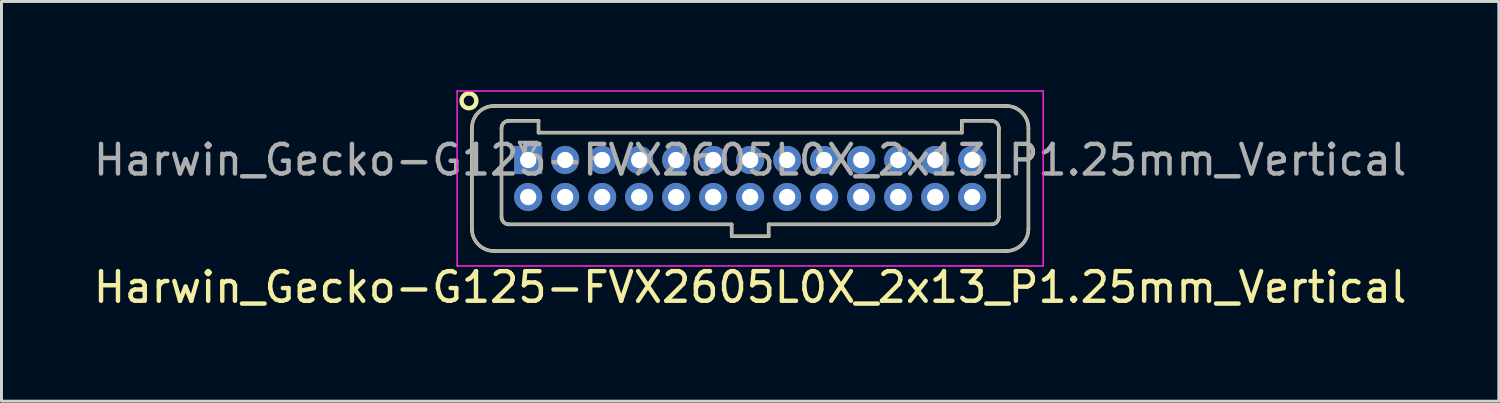
<source format=kicad_pcb>
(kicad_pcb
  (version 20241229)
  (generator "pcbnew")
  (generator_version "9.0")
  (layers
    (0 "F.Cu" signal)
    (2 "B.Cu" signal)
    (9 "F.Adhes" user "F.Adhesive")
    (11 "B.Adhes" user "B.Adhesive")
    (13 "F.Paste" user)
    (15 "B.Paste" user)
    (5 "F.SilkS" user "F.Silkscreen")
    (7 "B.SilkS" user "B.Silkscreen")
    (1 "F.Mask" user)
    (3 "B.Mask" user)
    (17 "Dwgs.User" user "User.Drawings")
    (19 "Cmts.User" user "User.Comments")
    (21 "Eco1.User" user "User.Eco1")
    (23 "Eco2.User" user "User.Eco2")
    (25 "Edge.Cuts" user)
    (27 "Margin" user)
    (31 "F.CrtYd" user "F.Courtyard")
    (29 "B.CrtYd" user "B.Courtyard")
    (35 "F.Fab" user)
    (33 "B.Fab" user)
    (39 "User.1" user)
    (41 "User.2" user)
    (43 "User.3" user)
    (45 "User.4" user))
  (footprint "Harwin_Gecko-G125-FVX2605L0X_2x13_P1.25mm_Vertical"
    (layer "F.Cu")
    (at 14.792 2.355)
    (property "Reference" "Harwin_Gecko-G125-FVX2605L0X_2x13_P1.25mm_Vertical" (at 7.5 4.3 0) (layer "F.SilkS") (effects (font (size 1 1) (thickness 0.15))))
    (attr through_hole)
    (fp_line (start -1.9 -1.075) (end -1.9 2.325) (stroke (width 0.12) (type solid)) (layer "F.SilkS"))
    (fp_line (start -1.15 -1.825) (end 16.15 -1.825) (stroke (width 0.12) (type solid)) (layer "F.SilkS"))
    (fp_line (start -1.15 3.075) (end 16.15 3.075) (stroke (width 0.12) (type solid)) (layer "F.SilkS"))
    (fp_line (start -0.9 -1.075) (end -0.9 1.925) (stroke (width 0.12) (type solid)) (layer "F.SilkS"))
    (fp_line (start -0.65 -1.325) (end 0.35 -1.325) (stroke (width 0.12) (type solid)) (layer "F.SilkS"))
    (fp_line (start -0.65 2.175) (end 6.875 2.175) (stroke (width 0.12) (type solid)) (layer "F.SilkS"))
    (fp_line (start 0.35 -1.325) (end 0.35 -0.925) (stroke (width 0.12) (type solid)) (layer "F.SilkS"))
    (fp_line (start 0.35 -0.925) (end 14.65 -0.925) (stroke (width 0.12) (type solid)) (layer "F.SilkS"))
    (fp_line (start 6.875 2.175) (end 6.875 2.575) (stroke (width 0.12) (type solid)) (layer "F.SilkS"))
    (fp_line (start 6.875 2.575) (end 8.125 2.575) (stroke (width 0.12) (type solid)) (layer "F.SilkS"))
    (fp_line (start 8.125 2.175) (end 15.65 2.175) (stroke (width 0.12) (type solid)) (layer "F.SilkS"))
    (fp_line (start 8.125 2.575) (end 8.125 2.175) (stroke (width 0.12) (type solid)) (layer "F.SilkS"))
    (fp_line (start 14.65 -1.325) (end 15.65 -1.325) (stroke (width 0.12) (type solid)) (layer "F.SilkS"))
    (fp_line (start 14.65 -0.925) (end 14.65 -1.325) (stroke (width 0.12) (type solid)) (layer "F.SilkS"))
    (fp_line (start 15.9 -1.075) (end 15.9 1.925) (stroke (width 0.12) (type solid)) (layer "F.SilkS"))
    (fp_line (start 16.9 -1.075) (end 16.9 2.325) (stroke (width 0.12) (type solid)) (layer "F.SilkS"))
    (fp_arc (start -1.9 -1.075) (mid -1.68033 -1.60533) (end -1.15 -1.825) (stroke (width 0.12) (type solid)) (layer "F.SilkS"))
    (fp_arc (start -1.15 3.075) (mid -1.68033 2.85533) (end -1.9 2.325) (stroke (width 0.12) (type solid)) (layer "F.SilkS"))
    (fp_arc (start -0.9 -1.075) (mid -0.826777 -1.251777) (end -0.65 -1.325) (stroke (width 0.12) (type solid)) (layer "F.SilkS"))
    (fp_arc (start -0.65 2.175) (mid -0.826777 2.101777) (end -0.9 1.925) (stroke (width 0.12) (type solid)) (layer "F.SilkS"))
    (fp_arc (start 15.65 -1.325) (mid 15.826777 -1.251777) (end 15.9 -1.075) (stroke (width 0.12) (type solid)) (layer "F.SilkS"))
    (fp_arc (start 15.9 1.925) (mid 15.826777 2.101777) (end 15.65 2.175) (stroke (width 0.12) (type solid)) (layer "F.SilkS"))
    (fp_arc (start 16.15 -1.825) (mid 16.68033 -1.60533) (end 16.9 -1.075) (stroke (width 0.12) (type solid)) (layer "F.SilkS"))
    (fp_arc (start 16.9 2.325) (mid 16.68033 2.85533) (end 16.15 3.075) (stroke (width 0.12) (type solid)) (layer "F.SilkS"))
    (fp_circle (center -2 -2) (end -1.75 -2) (stroke (width 0.15) (type solid)) (fill no) (layer "F.SilkS"))
    (fp_line (start -2.4 -2.33) (end -2.4 3.58) (stroke (width 0.05) (type solid)) (layer "F.CrtYd"))
    (fp_line (start -2.4 3.58) (end 17.4 3.58) (stroke (width 0.05) (type solid)) (layer "F.CrtYd"))
    (fp_line (start 17.4 -2.33) (end -2.4 -2.33) (stroke (width 0.05) (type solid)) (layer "F.CrtYd"))
    (fp_line (start 17.4 3.58) (end 17.4 -2.33) (stroke (width 0.05) (type solid)) (layer "F.CrtYd"))
    (fp_line (start -1.9 -1.075) (end -1.9 2.325) (stroke (width 0.1) (type solid)) (layer "F.Fab"))
    (fp_line (start -1.15 -1.825) (end 16.15 -1.825) (stroke (width 0.1) (type solid)) (layer "F.Fab"))
    (fp_line (start -1.15 3.075) (end 16.15 3.075) (stroke (width 0.1) (type solid)) (layer "F.Fab"))
    (fp_line (start -0.9 -1.075) (end -0.9 1.925) (stroke (width 0.1) (type solid)) (layer "F.Fab"))
    (fp_line (start -0.65 -1.325) (end 0.35 -1.325) (stroke (width 0.1) (type solid)) (layer "F.Fab"))
    (fp_line (start -0.65 2.175) (end 6.875 2.175) (stroke (width 0.1) (type solid)) (layer "F.Fab"))
    (fp_line (start -0.3 -0.6) (end 0.3 -0.6) (stroke (width 0.1) (type solid)) (layer "F.Fab"))
    (fp_line (start 0 0) (end -0.3 -0.6) (stroke (width 0.1) (type solid)) (layer "F.Fab"))
    (fp_line (start 0.3 -0.6) (end 0 0) (stroke (width 0.1) (type solid)) (layer "F.Fab"))
    (fp_line (start 0.35 -1.325) (end 0.35 -0.925) (stroke (width 0.1) (type solid)) (layer "F.Fab"))
    (fp_line (start 0.35 -0.925) (end 14.65 -0.925) (stroke (width 0.1) (type solid)) (layer "F.Fab"))
    (fp_line (start 6.875 2.175) (end 6.875 2.575) (stroke (width 0.1) (type solid)) (layer "F.Fab"))
    (fp_line (start 6.875 2.575) (end 8.125 2.575) (stroke (width 0.1) (type solid)) (layer "F.Fab"))
    (fp_line (start 8.125 2.175) (end 15.65 2.175) (stroke (width 0.1) (type solid)) (layer "F.Fab"))
    (fp_line (start 8.125 2.575) (end 8.125 2.175) (stroke (width 0.1) (type solid)) (layer "F.Fab"))
    (fp_line (start 14.65 -1.325) (end 15.65 -1.325) (stroke (width 0.1) (type solid)) (layer "F.Fab"))
    (fp_line (start 14.65 -0.925) (end 14.65 -1.325) (stroke (width 0.1) (type solid)) (layer "F.Fab"))
    (fp_line (start 15.9 -1.075) (end 15.9 1.925) (stroke (width 0.1) (type solid)) (layer "F.Fab"))
    (fp_line (start 16.9 -1.075) (end 16.9 2.325) (stroke (width 0.1) (type solid)) (layer "F.Fab"))
    (fp_arc (start -1.9 -1.075) (mid -1.68033 -1.60533) (end -1.15 -1.825) (stroke (width 0.1) (type solid)) (layer "F.Fab"))
    (fp_arc (start -1.15 3.075) (mid -1.68033 2.85533) (end -1.9 2.325) (stroke (width 0.1) (type solid)) (layer "F.Fab"))
    (fp_arc (start -0.9 -1.075) (mid -0.826777 -1.251777) (end -0.65 -1.325) (stroke (width 0.1) (type solid)) (layer "F.Fab"))
    (fp_arc (start -0.65 2.175) (mid -0.826777 2.101777) (end -0.9 1.925) (stroke (width 0.1) (type solid)) (layer "F.Fab"))
    (fp_arc (start 15.65 -1.325) (mid 15.826777 -1.251777) (end 15.9 -1.075) (stroke (width 0.1) (type solid)) (layer "F.Fab"))
    (fp_arc (start 15.9 1.925) (mid 15.826777 2.101777) (end 15.65 2.175) (stroke (width 0.1) (type solid)) (layer "F.Fab"))
    (fp_arc (start 16.15 -1.825) (mid 16.68033 -1.60533) (end 16.9 -1.075) (stroke (width 0.1) (type solid)) (layer "F.Fab"))
    (fp_arc (start 16.9 2.325) (mid 16.68033 2.85533) (end 16.15 3.075) (stroke (width 0.1) (type solid)) (layer "F.Fab"))
    (fp_text user "${REFERENCE}" (at 7.5 0 0) (layer "F.Fab") (effects (font (size 1 1) (thickness 0.15))))
    (pad "1" thru_hole rect (at 0 0) (size 0.95 0.95) (drill 0.55) (layers "*.Cu" "*.Mask"))
    (pad "2" thru_hole circle (at 0 1.25) (size 0.95 0.95) (drill 0.55) (layers "*.Cu" "*.Mask"))
    (pad "3" thru_hole circle (at 1.25 0) (size 0.95 0.95) (drill 0.55) (layers "*.Cu" "*.Mask"))
    (pad "4" thru_hole circle (at 1.25 1.25) (size 0.95 0.95) (drill 0.55) (layers "*.Cu" "*.Mask"))
    (pad "5" thru_hole circle (at 2.5 0) (size 0.95 0.95) (drill 0.55) (layers "*.Cu" "*.Mask"))
    (pad "6" thru_hole circle (at 2.5 1.25) (size 0.95 0.95) (drill 0.55) (layers "*.Cu" "*.Mask"))
    (pad "7" thru_hole circle (at 3.75 0) (size 0.95 0.95) (drill 0.55) (layers "*.Cu" "*.Mask"))
    (pad "8" thru_hole circle (at 3.75 1.25) (size 0.95 0.95) (drill 0.55) (layers "*.Cu" "*.Mask"))
    (pad "9" thru_hole circle (at 5 0) (size 0.95 0.95) (drill 0.55) (layers "*.Cu" "*.Mask"))
    (pad "10" thru_hole circle (at 5 1.25) (size 0.95 0.95) (drill 0.55) (layers "*.Cu" "*.Mask"))
    (pad "11" thru_hole circle (at 6.25 0) (size 0.95 0.95) (drill 0.55) (layers "*.Cu" "*.Mask"))
    (pad "12" thru_hole circle (at 6.25 1.25) (size 0.95 0.95) (drill 0.55) (layers "*.Cu" "*.Mask"))
    (pad "13" thru_hole circle (at 7.5 0) (size 0.95 0.95) (drill 0.55) (layers "*.Cu" "*.Mask"))
    (pad "14" thru_hole circle (at 7.5 1.25) (size 0.95 0.95) (drill 0.55) (layers "*.Cu" "*.Mask"))
    (pad "15" thru_hole circle (at 8.75 0) (size 0.95 0.95) (drill 0.55) (layers "*.Cu" "*.Mask"))
    (pad "16" thru_hole circle (at 8.75 1.25) (size 0.95 0.95) (drill 0.55) (layers "*.Cu" "*.Mask"))
    (pad "17" thru_hole circle (at 10 0) (size 0.95 0.95) (drill 0.55) (layers "*.Cu" "*.Mask"))
    (pad "18" thru_hole circle (at 10 1.25) (size 0.95 0.95) (drill 0.55) (layers "*.Cu" "*.Mask"))
    (pad "19" thru_hole circle (at 11.25 0) (size 0.95 0.95) (drill 0.55) (layers "*.Cu" "*.Mask"))
    (pad "20" thru_hole circle (at 11.25 1.25) (size 0.95 0.95) (drill 0.55) (layers "*.Cu" "*.Mask"))
    (pad "21" thru_hole circle (at 12.5 0) (size 0.95 0.95) (drill 0.55) (layers "*.Cu" "*.Mask"))
    (pad "22" thru_hole circle (at 12.5 1.25) (size 0.95 0.95) (drill 0.55) (layers "*.Cu" "*.Mask"))
    (pad "23" thru_hole circle (at 13.75 0) (size 0.95 0.95) (drill 0.55) (layers "*.Cu" "*.Mask"))
    (pad "24" thru_hole circle (at 13.75 1.25) (size 0.95 0.95) (drill 0.55) (layers "*.Cu" "*.Mask"))
    (pad "25" thru_hole circle (at 15 0) (size 0.95 0.95) (drill 0.55) (layers "*.Cu" "*.Mask"))
    (pad "26" thru_hole circle (at 15 1.25) (size 0.95 0.95) (drill 0.55) (layers "*.Cu" "*.Mask")))
  (gr_rect
    (start -3 -3)
    (end 47.583 10.503)
    (stroke (width 0.1) (type default))
    (fill no)
    (layer "Edge.Cuts")))
</source>
